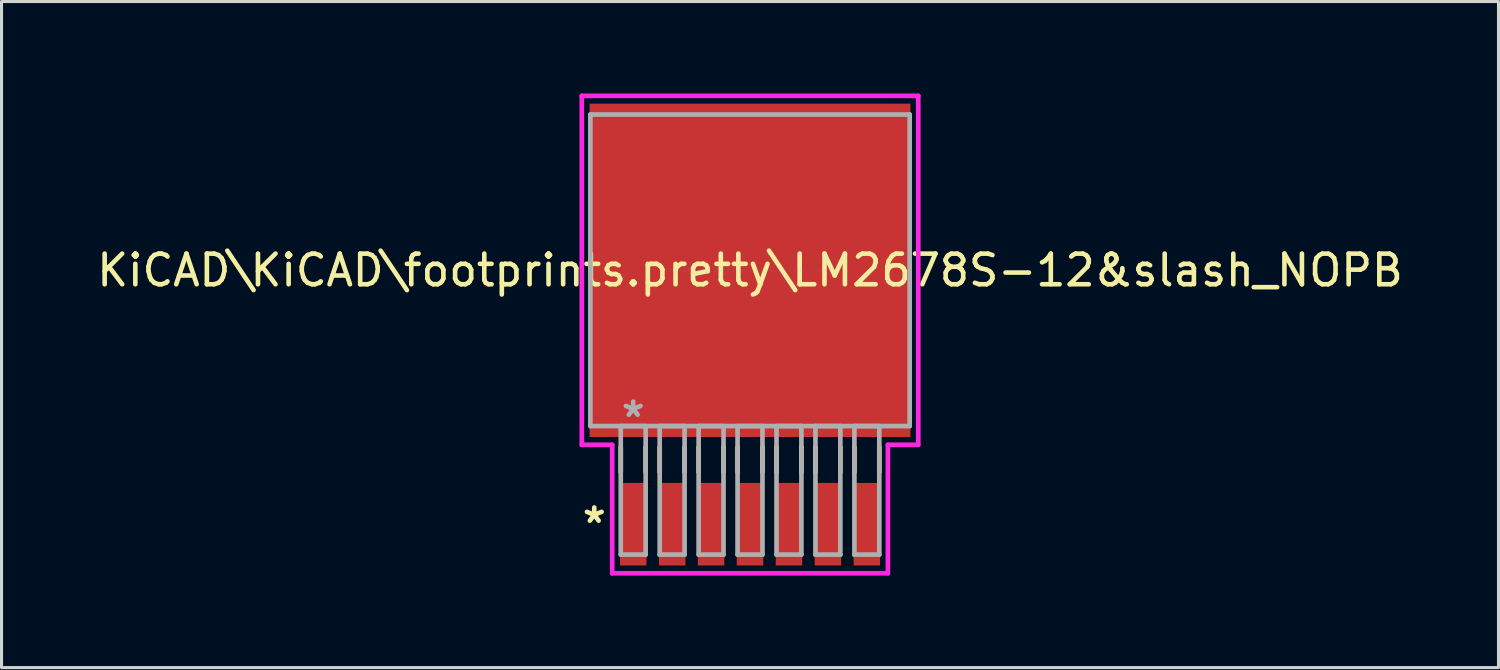
<source format=kicad_pcb>
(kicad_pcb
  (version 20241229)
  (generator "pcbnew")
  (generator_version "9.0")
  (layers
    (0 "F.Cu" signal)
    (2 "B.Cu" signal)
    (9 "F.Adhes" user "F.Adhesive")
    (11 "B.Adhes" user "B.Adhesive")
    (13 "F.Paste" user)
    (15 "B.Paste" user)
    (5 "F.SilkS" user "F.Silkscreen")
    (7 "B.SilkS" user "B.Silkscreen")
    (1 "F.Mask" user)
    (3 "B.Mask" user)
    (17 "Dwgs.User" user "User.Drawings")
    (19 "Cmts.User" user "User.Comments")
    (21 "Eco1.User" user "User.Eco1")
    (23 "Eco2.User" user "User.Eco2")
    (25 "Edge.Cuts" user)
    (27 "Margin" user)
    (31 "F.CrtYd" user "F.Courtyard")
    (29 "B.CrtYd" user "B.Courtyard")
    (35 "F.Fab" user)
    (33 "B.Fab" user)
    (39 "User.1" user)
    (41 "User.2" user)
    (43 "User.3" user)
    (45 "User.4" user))
  (footprint "KiCAD\\KiCAD\\footprints.pretty\\LM2678S-12&slash_NOPB"
    (layer "F.Cu")
    (at 21.411 5.766)
    (property "Reference" "KiCAD\\KiCAD\\footprints.pretty\\LM2678S-12&slash_NOPB" (at 0 0 0) (layer "F.SilkS") (effects (font (size 1 1) (thickness 0.15))))
    (attr through_hole)
    (fp_line (start -4.216 5.768) (end -4.216 6.579) (stroke (width 0.152) (type solid)) (layer "F.SilkS"))
    (fp_line (start -3.404 5.768) (end -3.404 6.579) (stroke (width 0.152) (type solid)) (layer "F.SilkS"))
    (fp_line (start -2.946 5.768) (end -2.946 6.579) (stroke (width 0.152) (type solid)) (layer "F.SilkS"))
    (fp_line (start -2.134 5.768) (end -2.134 6.579) (stroke (width 0.152) (type solid)) (layer "F.SilkS"))
    (fp_line (start -1.676 5.768) (end -1.676 6.579) (stroke (width 0.152) (type solid)) (layer "F.SilkS"))
    (fp_line (start -0.864 5.768) (end -0.864 6.579) (stroke (width 0.152) (type solid)) (layer "F.SilkS"))
    (fp_line (start -0.406 5.768) (end -0.406 6.579) (stroke (width 0.152) (type solid)) (layer "F.SilkS"))
    (fp_line (start 0.406 5.768) (end 0.406 6.579) (stroke (width 0.152) (type solid)) (layer "F.SilkS"))
    (fp_line (start 0.864 5.768) (end 0.864 6.579) (stroke (width 0.152) (type solid)) (layer "F.SilkS"))
    (fp_line (start 1.676 5.768) (end 1.676 6.579) (stroke (width 0.152) (type solid)) (layer "F.SilkS"))
    (fp_line (start 2.134 5.768) (end 2.134 6.579) (stroke (width 0.152) (type solid)) (layer "F.SilkS"))
    (fp_line (start 2.946 5.768) (end 2.946 6.579) (stroke (width 0.152) (type solid)) (layer "F.SilkS"))
    (fp_line (start 3.404 5.768) (end 3.404 6.579) (stroke (width 0.152) (type solid)) (layer "F.SilkS"))
    (fp_line (start 4.216 5.768) (end 4.216 6.579) (stroke (width 0.152) (type solid)) (layer "F.SilkS"))
    (fp_line (start -5.486 -5.69) (end 5.486 -5.69) (stroke (width 0.152) (type solid)) (layer "F.CrtYd"))
    (fp_line (start -5.486 5.69) (end -5.486 -5.69) (stroke (width 0.152) (type solid)) (layer "F.CrtYd"))
    (fp_line (start -4.496 5.69) (end -5.486 5.69) (stroke (width 0.152) (type solid)) (layer "F.CrtYd"))
    (fp_line (start -4.496 9.881) (end -4.496 5.69) (stroke (width 0.152) (type solid)) (layer "F.CrtYd"))
    (fp_line (start 4.496 5.69) (end 4.496 9.881) (stroke (width 0.152) (type solid)) (layer "F.CrtYd"))
    (fp_line (start 4.496 9.881) (end -4.496 9.881) (stroke (width 0.152) (type solid)) (layer "F.CrtYd"))
    (fp_line (start 5.486 -5.69) (end 5.486 5.69) (stroke (width 0.152) (type solid)) (layer "F.CrtYd"))
    (fp_line (start 5.486 5.69) (end 4.496 5.69) (stroke (width 0.152) (type solid)) (layer "F.CrtYd"))
    (fp_line (start -5.207 -5.08) (end -5.207 5.08) (stroke (width 0.152) (type solid)) (layer "F.Fab"))
    (fp_line (start -5.207 5.08) (end 5.207 5.08) (stroke (width 0.152) (type solid)) (layer "F.Fab"))
    (fp_line (start -4.216 5.08) (end -4.216 9.271) (stroke (width 0.152) (type solid)) (layer "F.Fab"))
    (fp_line (start -4.216 9.271) (end -3.404 9.271) (stroke (width 0.152) (type solid)) (layer "F.Fab"))
    (fp_line (start -3.404 5.08) (end -4.216 5.08) (stroke (width 0.152) (type solid)) (layer "F.Fab"))
    (fp_line (start -3.404 9.271) (end -3.404 5.08) (stroke (width 0.152) (type solid)) (layer "F.Fab"))
    (fp_line (start -2.946 5.08) (end -2.946 9.271) (stroke (width 0.152) (type solid)) (layer "F.Fab"))
    (fp_line (start -2.946 9.271) (end -2.134 9.271) (stroke (width 0.152) (type solid)) (layer "F.Fab"))
    (fp_line (start -2.134 5.08) (end -2.946 5.08) (stroke (width 0.152) (type solid)) (layer "F.Fab"))
    (fp_line (start -2.134 9.271) (end -2.134 5.08) (stroke (width 0.152) (type solid)) (layer "F.Fab"))
    (fp_line (start -1.676 5.08) (end -1.676 9.271) (stroke (width 0.152) (type solid)) (layer "F.Fab"))
    (fp_line (start -1.676 9.271) (end -0.864 9.271) (stroke (width 0.152) (type solid)) (layer "F.Fab"))
    (fp_line (start -0.864 5.08) (end -1.676 5.08) (stroke (width 0.152) (type solid)) (layer "F.Fab"))
    (fp_line (start -0.864 9.271) (end -0.864 5.08) (stroke (width 0.152) (type solid)) (layer "F.Fab"))
    (fp_line (start -0.406 5.08) (end -0.406 9.271) (stroke (width 0.152) (type solid)) (layer "F.Fab"))
    (fp_line (start -0.406 9.271) (end 0.406 9.271) (stroke (width 0.152) (type solid)) (layer "F.Fab"))
    (fp_line (start 0.406 5.08) (end -0.406 5.08) (stroke (width 0.152) (type solid)) (layer "F.Fab"))
    (fp_line (start 0.406 9.271) (end 0.406 5.08) (stroke (width 0.152) (type solid)) (layer "F.Fab"))
    (fp_line (start 0.864 5.08) (end 0.864 9.271) (stroke (width 0.152) (type solid)) (layer "F.Fab"))
    (fp_line (start 0.864 9.271) (end 1.676 9.271) (stroke (width 0.152) (type solid)) (layer "F.Fab"))
    (fp_line (start 1.676 5.08) (end 0.864 5.08) (stroke (width 0.152) (type solid)) (layer "F.Fab"))
    (fp_line (start 1.676 9.271) (end 1.676 5.08) (stroke (width 0.152) (type solid)) (layer "F.Fab"))
    (fp_line (start 2.134 5.08) (end 2.134 9.271) (stroke (width 0.152) (type solid)) (layer "F.Fab"))
    (fp_line (start 2.134 9.271) (end 2.946 9.271) (stroke (width 0.152) (type solid)) (layer "F.Fab"))
    (fp_line (start 2.946 5.08) (end 2.134 5.08) (stroke (width 0.152) (type solid)) (layer "F.Fab"))
    (fp_line (start 2.946 9.271) (end 2.946 5.08) (stroke (width 0.152) (type solid)) (layer "F.Fab"))
    (fp_line (start 3.404 5.08) (end 3.404 9.271) (stroke (width 0.152) (type solid)) (layer "F.Fab"))
    (fp_line (start 3.404 9.271) (end 4.216 9.271) (stroke (width 0.152) (type solid)) (layer "F.Fab"))
    (fp_line (start 4.216 5.08) (end 3.404 5.08) (stroke (width 0.152) (type solid)) (layer "F.Fab"))
    (fp_line (start 4.216 9.271) (end 4.216 5.08) (stroke (width 0.152) (type solid)) (layer "F.Fab"))
    (fp_line (start 5.207 -5.08) (end -5.207 -5.08) (stroke (width 0.152) (type solid)) (layer "F.Fab"))
    (fp_line (start 5.207 5.08) (end 5.207 -5.08) (stroke (width 0.152) (type solid)) (layer "F.Fab"))
    (fp_text user "*" (at -5.08 8.28 0) (layer "F.SilkS") (effects (font (size 1 1) (thickness 0.15))))
    (fp_text user "Copyright 2016 Accelerated Designs. All rights reserved." (at 0 0 0) (layer "Cmts.User") (effects (font (size 0.127 0.127) (thickness 0.002))))
    (fp_text user "*" (at -3.81 4.826 0) (layer "F.Fab") (effects (font (size 1 1) (thickness 0.15))))
    (pad "1" smd rect (at -3.81 8.28) (size 0.864 2.692) (layers "F.Cu" "F.Mask" "F.Paste"))
    (pad "2" smd rect (at -2.54 8.28) (size 0.864 2.692) (layers "F.Cu" "F.Mask" "F.Paste"))
    (pad "3" smd rect (at -1.27 8.28) (size 0.864 2.692) (layers "F.Cu" "F.Mask" "F.Paste"))
    (pad "4" smd rect (at 0 8.28) (size 0.864 2.692) (layers "F.Cu" "F.Mask" "F.Paste"))
    (pad "5" smd rect (at 1.27 8.28) (size 0.864 2.692) (layers "F.Cu" "F.Mask" "F.Paste"))
    (pad "6" smd rect (at 2.54 8.28) (size 0.864 2.692) (layers "F.Cu" "F.Mask" "F.Paste"))
    (pad "7" smd rect (at 3.81 8.28) (size 0.864 2.692) (layers "F.Cu" "F.Mask" "F.Paste"))
    (pad "8" smd rect (at 0 0) (size 10.465 10.871) (layers "F.Cu" "F.Mask" "F.Paste")))
  (gr_rect
    (start -3 -3)
    (end 45.821 18.723)
    (stroke (width 0.1) (type default))
    (fill no)
    (layer "Edge.Cuts")))
</source>
